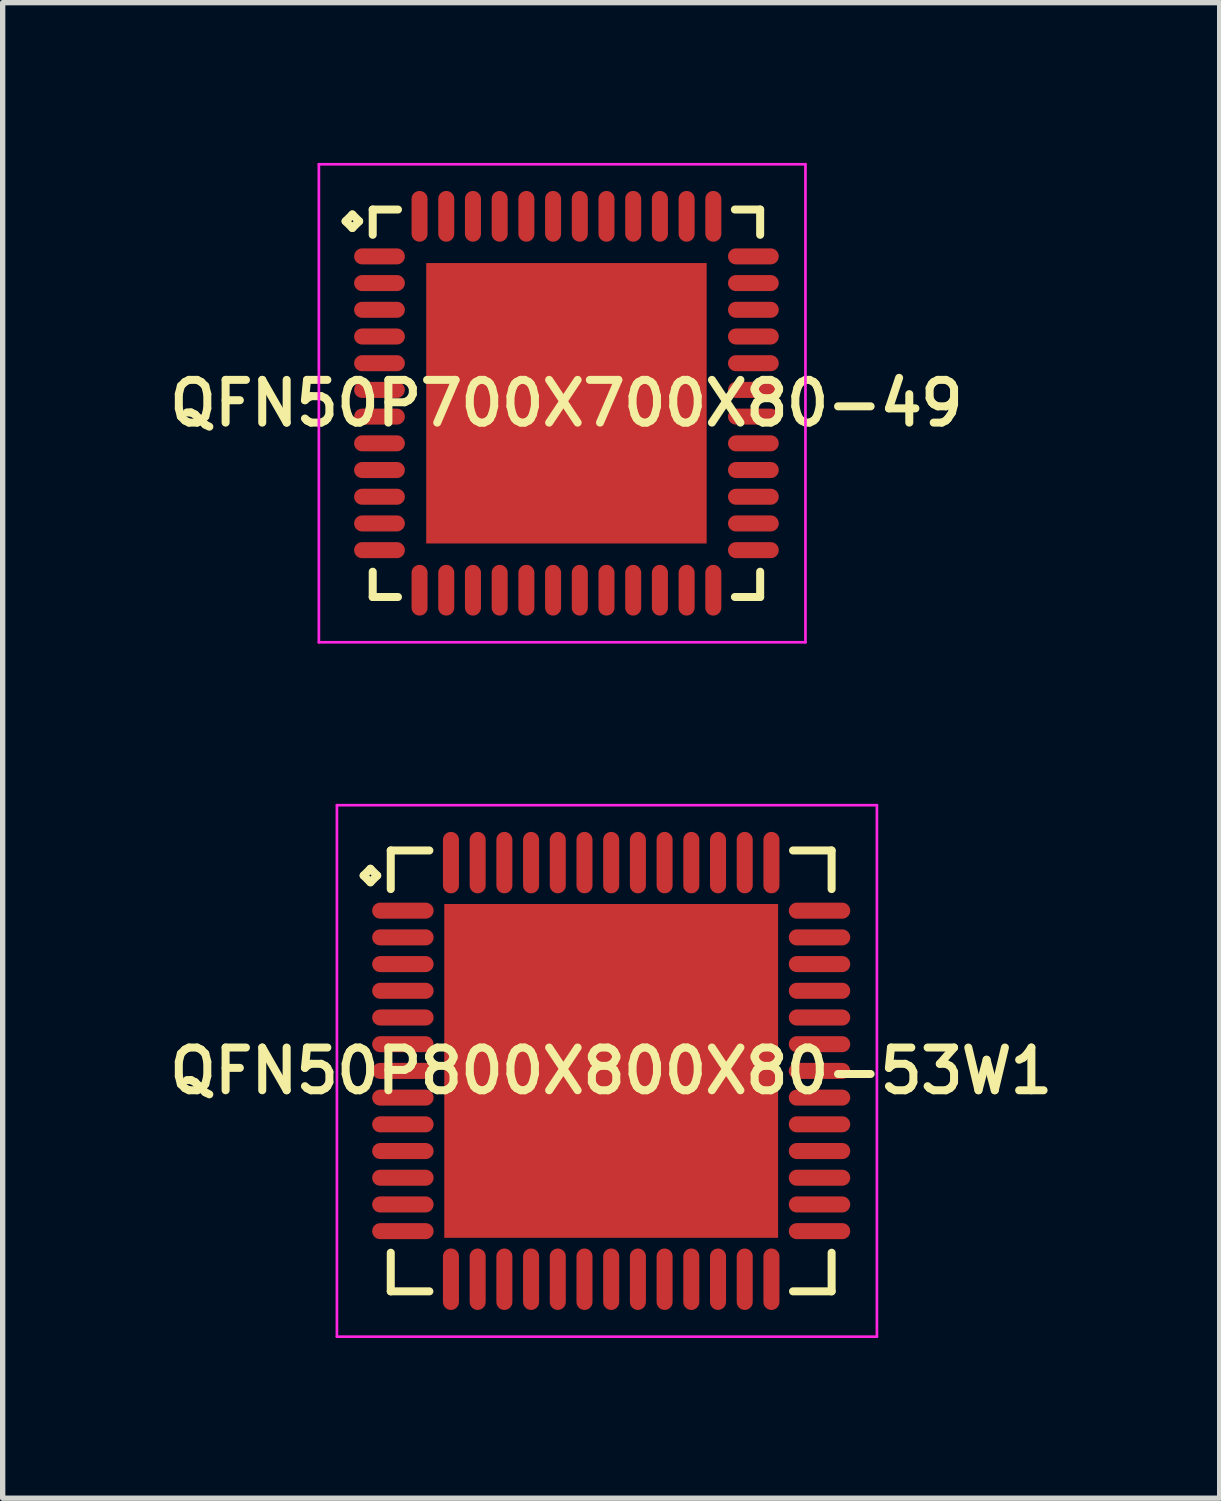
<source format=kicad_pcb>
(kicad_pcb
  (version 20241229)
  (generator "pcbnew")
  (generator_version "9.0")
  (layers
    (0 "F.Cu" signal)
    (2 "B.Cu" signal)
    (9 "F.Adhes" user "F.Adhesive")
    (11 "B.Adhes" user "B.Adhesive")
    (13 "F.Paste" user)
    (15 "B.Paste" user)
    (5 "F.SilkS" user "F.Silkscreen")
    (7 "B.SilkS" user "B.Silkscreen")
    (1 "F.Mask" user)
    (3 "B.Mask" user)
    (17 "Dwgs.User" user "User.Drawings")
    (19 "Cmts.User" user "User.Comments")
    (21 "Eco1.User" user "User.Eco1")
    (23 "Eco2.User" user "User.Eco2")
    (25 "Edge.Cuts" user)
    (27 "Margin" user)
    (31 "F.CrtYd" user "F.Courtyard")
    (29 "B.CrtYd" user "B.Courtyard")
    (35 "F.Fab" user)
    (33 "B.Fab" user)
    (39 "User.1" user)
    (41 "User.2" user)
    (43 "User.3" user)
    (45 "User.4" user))
  (footprint "QFN50P800X800X80-53W1"
    (layer "F.Cu")
    (at 8.393 17)
    (property "Reference" "QFN50P800X800X80-53W1" (at 0 0 0) (layer "F.SilkS") (effects (font (size 0.8 0.8) (thickness 0.15))))
    (attr smd)
    (fp_line (start -4.635 -3.658) (end -4.508 -3.785) (stroke (width 0.15) (type solid)) (layer "F.SilkS"))
    (fp_line (start -4.508 -3.785) (end -4.381 -3.658) (stroke (width 0.15) (type solid)) (layer "F.SilkS"))
    (fp_line (start -4.508 -3.531) (end -4.635 -3.658) (stroke (width 0.15) (type solid)) (layer "F.SilkS"))
    (fp_line (start -4.381 -3.658) (end -4.508 -3.531) (stroke (width 0.15) (type solid)) (layer "F.SilkS"))
    (fp_line (start -4.127 -4.127) (end -3.404 -4.127) (stroke (width 0.15) (type solid)) (layer "F.SilkS"))
    (fp_line (start -4.127 -3.404) (end -4.127 -4.127) (stroke (width 0.15) (type solid)) (layer "F.SilkS"))
    (fp_line (start -4.127 3.404) (end -4.127 4.127) (stroke (width 0.15) (type solid)) (layer "F.SilkS"))
    (fp_line (start -4.127 4.127) (end -3.404 4.127) (stroke (width 0.15) (type solid)) (layer "F.SilkS"))
    (fp_line (start 3.404 -4.127) (end 4.127 -4.127) (stroke (width 0.15) (type solid)) (layer "F.SilkS"))
    (fp_line (start 3.404 4.127) (end 4.127 4.127) (stroke (width 0.15) (type solid)) (layer "F.SilkS"))
    (fp_line (start 4.127 -4.127) (end 4.127 -3.404) (stroke (width 0.15) (type solid)) (layer "F.SilkS"))
    (fp_line (start 4.127 4.127) (end 4.127 3.404) (stroke (width 0.15) (type solid)) (layer "F.SilkS"))
    (fp_line (start -5.135 -4.975) (end 4.975 -4.975) (stroke (width 0.05) (type solid)) (layer "F.CrtYd"))
    (fp_line (start -5.135 4.975) (end -5.135 -4.975) (stroke (width 0.05) (type solid)) (layer "F.CrtYd"))
    (fp_line (start 4.975 -4.975) (end 4.975 4.975) (stroke (width 0.05) (type solid)) (layer "F.CrtYd"))
    (fp_line (start 4.975 4.975) (end -5.135 4.975) (stroke (width 0.05) (type solid)) (layer "F.CrtYd"))
    (pad "1" smd oval (at -3.9 -3) (size 1.15 0.3) (layers "F.Cu" "F.Mask" "F.Paste"))
    (pad "2" smd oval (at -3.9 -2.5) (size 1.15 0.3) (layers "F.Cu" "F.Mask" "F.Paste"))
    (pad "3" smd oval (at -3.9 -2) (size 1.15 0.3) (layers "F.Cu" "F.Mask" "F.Paste"))
    (pad "4" smd oval (at -3.9 -1.5) (size 1.15 0.3) (layers "F.Cu" "F.Mask" "F.Paste"))
    (pad "5" smd oval (at -3.9 -1) (size 1.15 0.3) (layers "F.Cu" "F.Mask" "F.Paste"))
    (pad "6" smd oval (at -3.9 -0.5) (size 1.15 0.3) (layers "F.Cu" "F.Mask" "F.Paste"))
    (pad "7" smd oval (at -3.9 0) (size 1.15 0.3) (layers "F.Cu" "F.Mask" "F.Paste"))
    (pad "8" smd oval (at -3.9 0.5) (size 1.15 0.3) (layers "F.Cu" "F.Mask" "F.Paste"))
    (pad "9" smd oval (at -3.9 1) (size 1.15 0.3) (layers "F.Cu" "F.Mask" "F.Paste"))
    (pad "10" smd oval (at -3.9 1.5) (size 1.15 0.3) (layers "F.Cu" "F.Mask" "F.Paste"))
    (pad "11" smd oval (at -3.9 2) (size 1.15 0.3) (layers "F.Cu" "F.Mask" "F.Paste"))
    (pad "12" smd oval (at -3.9 2.5) (size 1.15 0.3) (layers "F.Cu" "F.Mask" "F.Paste"))
    (pad "13" smd oval (at -3.9 3) (size 1.15 0.3) (layers "F.Cu" "F.Mask" "F.Paste"))
    (pad "14" smd oval (at -3 3.9) (size 0.3 1.15) (layers "F.Cu" "F.Mask" "F.Paste"))
    (pad "15" smd oval (at -2.5 3.9) (size 0.3 1.15) (layers "F.Cu" "F.Mask" "F.Paste"))
    (pad "16" smd oval (at -2 3.9) (size 0.3 1.15) (layers "F.Cu" "F.Mask" "F.Paste"))
    (pad "17" smd oval (at -1.5 3.9) (size 0.3 1.15) (layers "F.Cu" "F.Mask" "F.Paste"))
    (pad "18" smd oval (at -1 3.9) (size 0.3 1.15) (layers "F.Cu" "F.Mask" "F.Paste"))
    (pad "19" smd oval (at -0.5 3.9) (size 0.3 1.15) (layers "F.Cu" "F.Mask" "F.Paste"))
    (pad "20" smd oval (at 0 3.9) (size 0.3 1.15) (layers "F.Cu" "F.Mask" "F.Paste"))
    (pad "21" smd oval (at 0.5 3.9) (size 0.3 1.15) (layers "F.Cu" "F.Mask" "F.Paste"))
    (pad "22" smd oval (at 1 3.9) (size 0.3 1.15) (layers "F.Cu" "F.Mask" "F.Paste"))
    (pad "23" smd oval (at 1.5 3.9) (size 0.3 1.15) (layers "F.Cu" "F.Mask" "F.Paste"))
    (pad "24" smd oval (at 2 3.9) (size 0.3 1.15) (layers "F.Cu" "F.Mask" "F.Paste"))
    (pad "25" smd oval (at 2.5 3.9) (size 0.3 1.15) (layers "F.Cu" "F.Mask" "F.Paste"))
    (pad "26" smd oval (at 3 3.9) (size 0.3 1.15) (layers "F.Cu" "F.Mask" "F.Paste"))
    (pad "27" smd oval (at 3.9 3) (size 1.15 0.3) (layers "F.Cu" "F.Mask" "F.Paste"))
    (pad "28" smd oval (at 3.9 2.5) (size 1.15 0.3) (layers "F.Cu" "F.Mask" "F.Paste"))
    (pad "29" smd oval (at 3.9 2) (size 1.15 0.3) (layers "F.Cu" "F.Mask" "F.Paste"))
    (pad "30" smd oval (at 3.9 1.5) (size 1.15 0.3) (layers "F.Cu" "F.Mask" "F.Paste"))
    (pad "31" smd oval (at 3.9 1) (size 1.15 0.3) (layers "F.Cu" "F.Mask" "F.Paste"))
    (pad "32" smd oval (at 3.9 0.5) (size 1.15 0.3) (layers "F.Cu" "F.Mask" "F.Paste"))
    (pad "33" smd oval (at 3.9 0) (size 1.15 0.3) (layers "F.Cu" "F.Mask" "F.Paste"))
    (pad "34" smd oval (at 3.9 -0.5) (size 1.15 0.3) (layers "F.Cu" "F.Mask" "F.Paste"))
    (pad "35" smd oval (at 3.9 -1) (size 1.15 0.3) (layers "F.Cu" "F.Mask" "F.Paste"))
    (pad "36" smd oval (at 3.9 -1.5) (size 1.15 0.3) (layers "F.Cu" "F.Mask" "F.Paste"))
    (pad "37" smd oval (at 3.9 -2) (size 1.15 0.3) (layers "F.Cu" "F.Mask" "F.Paste"))
    (pad "38" smd oval (at 3.9 -2.5) (size 1.15 0.3) (layers "F.Cu" "F.Mask" "F.Paste"))
    (pad "39" smd oval (at 3.9 -3) (size 1.15 0.3) (layers "F.Cu" "F.Mask" "F.Paste"))
    (pad "40" smd oval (at 3 -3.9) (size 0.3 1.15) (layers "F.Cu" "F.Mask" "F.Paste"))
    (pad "41" smd oval (at 2.5 -3.9) (size 0.3 1.15) (layers "F.Cu" "F.Mask" "F.Paste"))
    (pad "42" smd oval (at 2 -3.9) (size 0.3 1.15) (layers "F.Cu" "F.Mask" "F.Paste"))
    (pad "43" smd oval (at 1.5 -3.9) (size 0.3 1.15) (layers "F.Cu" "F.Mask" "F.Paste"))
    (pad "44" smd oval (at 1 -3.9) (size 0.3 1.15) (layers "F.Cu" "F.Mask" "F.Paste"))
    (pad "45" smd oval (at 0.5 -3.9) (size 0.3 1.15) (layers "F.Cu" "F.Mask" "F.Paste"))
    (pad "46" smd oval (at 0 -3.9) (size 0.3 1.15) (layers "F.Cu" "F.Mask" "F.Paste"))
    (pad "47" smd oval (at -0.5 -3.9) (size 0.3 1.15) (layers "F.Cu" "F.Mask" "F.Paste"))
    (pad "48" smd oval (at -1 -3.9) (size 0.3 1.15) (layers "F.Cu" "F.Mask" "F.Paste"))
    (pad "49" smd oval (at -1.5 -3.9) (size 0.3 1.15) (layers "F.Cu" "F.Mask" "F.Paste"))
    (pad "50" smd oval (at -2 -3.9) (size 0.3 1.15) (layers "F.Cu" "F.Mask" "F.Paste"))
    (pad "51" smd oval (at -2.5 -3.9) (size 0.3 1.15) (layers "F.Cu" "F.Mask" "F.Paste"))
    (pad "52" smd oval (at -3 -3.9) (size 0.3 1.15) (layers "F.Cu" "F.Mask" "F.Paste"))
    (pad "53" smd rect (at 0 0) (size 6.25 6.25) (layers "F.Cu" "F.Mask" "F.Paste")))
  (footprint "QFN50P700X700X80-49"
    (layer "F.Cu")
    (at 7.555 4.5)
    (property "Reference" "QFN50P700X700X80-49" (at 0 0 0) (layer "F.SilkS") (effects (font (size 0.8 0.8) (thickness 0.15))))
    (attr smd)
    (fp_line (start -4.135 -3.408) (end -4.008 -3.535) (stroke (width 0.15) (type solid)) (layer "F.SilkS"))
    (fp_line (start -4.008 -3.535) (end -3.881 -3.408) (stroke (width 0.15) (type solid)) (layer "F.SilkS"))
    (fp_line (start -4.008 -3.281) (end -4.135 -3.408) (stroke (width 0.15) (type solid)) (layer "F.SilkS"))
    (fp_line (start -3.881 -3.408) (end -4.008 -3.281) (stroke (width 0.15) (type solid)) (layer "F.SilkS"))
    (fp_line (start -3.627 -3.627) (end -3.154 -3.627) (stroke (width 0.15) (type solid)) (layer "F.SilkS"))
    (fp_line (start -3.627 -3.154) (end -3.627 -3.627) (stroke (width 0.15) (type solid)) (layer "F.SilkS"))
    (fp_line (start -3.627 3.154) (end -3.627 3.627) (stroke (width 0.15) (type solid)) (layer "F.SilkS"))
    (fp_line (start -3.627 3.627) (end -3.154 3.627) (stroke (width 0.15) (type solid)) (layer "F.SilkS"))
    (fp_line (start 3.154 -3.627) (end 3.627 -3.627) (stroke (width 0.15) (type solid)) (layer "F.SilkS"))
    (fp_line (start 3.154 3.627) (end 3.627 3.627) (stroke (width 0.15) (type solid)) (layer "F.SilkS"))
    (fp_line (start 3.627 -3.627) (end 3.627 -3.154) (stroke (width 0.15) (type solid)) (layer "F.SilkS"))
    (fp_line (start 3.627 3.627) (end 3.627 3.154) (stroke (width 0.15) (type solid)) (layer "F.SilkS"))
    (fp_line (start -4.635 -4.475) (end 4.475 -4.475) (stroke (width 0.05) (type solid)) (layer "F.CrtYd"))
    (fp_line (start -4.635 4.475) (end -4.635 -4.475) (stroke (width 0.05) (type solid)) (layer "F.CrtYd"))
    (fp_line (start 4.475 -4.475) (end 4.475 4.475) (stroke (width 0.05) (type solid)) (layer "F.CrtYd"))
    (fp_line (start 4.475 4.475) (end -4.635 4.475) (stroke (width 0.05) (type solid)) (layer "F.CrtYd"))
    (pad "1" smd oval (at -3.5 -2.75) (size 0.95 0.3) (layers "F.Cu" "F.Mask" "F.Paste"))
    (pad "2" smd oval (at -3.5 -2.25) (size 0.95 0.3) (layers "F.Cu" "F.Mask" "F.Paste"))
    (pad "3" smd oval (at -3.5 -1.75) (size 0.95 0.3) (layers "F.Cu" "F.Mask" "F.Paste"))
    (pad "4" smd oval (at -3.5 -1.25) (size 0.95 0.3) (layers "F.Cu" "F.Mask" "F.Paste"))
    (pad "5" smd oval (at -3.5 -0.75) (size 0.95 0.3) (layers "F.Cu" "F.Mask" "F.Paste"))
    (pad "6" smd oval (at -3.5 -0.25) (size 0.95 0.3) (layers "F.Cu" "F.Mask" "F.Paste"))
    (pad "7" smd oval (at -3.5 0.25) (size 0.95 0.3) (layers "F.Cu" "F.Mask" "F.Paste"))
    (pad "8" smd oval (at -3.5 0.75) (size 0.95 0.3) (layers "F.Cu" "F.Mask" "F.Paste"))
    (pad "9" smd oval (at -3.5 1.25) (size 0.95 0.3) (layers "F.Cu" "F.Mask" "F.Paste"))
    (pad "10" smd oval (at -3.5 1.75) (size 0.95 0.3) (layers "F.Cu" "F.Mask" "F.Paste"))
    (pad "11" smd oval (at -3.5 2.25) (size 0.95 0.3) (layers "F.Cu" "F.Mask" "F.Paste"))
    (pad "12" smd oval (at -3.5 2.75) (size 0.95 0.3) (layers "F.Cu" "F.Mask" "F.Paste"))
    (pad "13" smd oval (at -2.75 3.5) (size 0.3 0.95) (layers "F.Cu" "F.Mask" "F.Paste"))
    (pad "14" smd oval (at -2.25 3.5) (size 0.3 0.95) (layers "F.Cu" "F.Mask" "F.Paste"))
    (pad "15" smd oval (at -1.75 3.5) (size 0.3 0.95) (layers "F.Cu" "F.Mask" "F.Paste"))
    (pad "16" smd oval (at -1.25 3.5) (size 0.3 0.95) (layers "F.Cu" "F.Mask" "F.Paste"))
    (pad "17" smd oval (at -0.75 3.5) (size 0.3 0.95) (layers "F.Cu" "F.Mask" "F.Paste"))
    (pad "18" smd oval (at -0.25 3.5) (size 0.3 0.95) (layers "F.Cu" "F.Mask" "F.Paste"))
    (pad "19" smd oval (at 0.25 3.5) (size 0.3 0.95) (layers "F.Cu" "F.Mask" "F.Paste"))
    (pad "20" smd oval (at 0.75 3.5) (size 0.3 0.95) (layers "F.Cu" "F.Mask" "F.Paste"))
    (pad "21" smd oval (at 1.25 3.5) (size 0.3 0.95) (layers "F.Cu" "F.Mask" "F.Paste"))
    (pad "22" smd oval (at 1.75 3.5) (size 0.3 0.95) (layers "F.Cu" "F.Mask" "F.Paste"))
    (pad "23" smd oval (at 2.25 3.5) (size 0.3 0.95) (layers "F.Cu" "F.Mask" "F.Paste"))
    (pad "24" smd oval (at 2.75 3.5) (size 0.3 0.95) (layers "F.Cu" "F.Mask" "F.Paste"))
    (pad "25" smd oval (at 3.5 2.75) (size 0.95 0.3) (layers "F.Cu" "F.Mask" "F.Paste"))
    (pad "26" smd oval (at 3.5 2.25) (size 0.95 0.3) (layers "F.Cu" "F.Mask" "F.Paste"))
    (pad "27" smd oval (at 3.5 1.75) (size 0.95 0.3) (layers "F.Cu" "F.Mask" "F.Paste"))
    (pad "28" smd oval (at 3.5 1.25) (size 0.95 0.3) (layers "F.Cu" "F.Mask" "F.Paste"))
    (pad "29" smd oval (at 3.5 0.75) (size 0.95 0.3) (layers "F.Cu" "F.Mask" "F.Paste"))
    (pad "30" smd oval (at 3.5 0.25) (size 0.95 0.3) (layers "F.Cu" "F.Mask" "F.Paste"))
    (pad "31" smd oval (at 3.5 -0.25) (size 0.95 0.3) (layers "F.Cu" "F.Mask" "F.Paste"))
    (pad "32" smd oval (at 3.5 -0.75) (size 0.95 0.3) (layers "F.Cu" "F.Mask" "F.Paste"))
    (pad "33" smd oval (at 3.5 -1.25) (size 0.95 0.3) (layers "F.Cu" "F.Mask" "F.Paste"))
    (pad "34" smd oval (at 3.5 -1.75) (size 0.95 0.3) (layers "F.Cu" "F.Mask" "F.Paste"))
    (pad "35" smd oval (at 3.5 -2.25) (size 0.95 0.3) (layers "F.Cu" "F.Mask" "F.Paste"))
    (pad "36" smd oval (at 3.5 -2.75) (size 0.95 0.3) (layers "F.Cu" "F.Mask" "F.Paste"))
    (pad "37" smd oval (at 2.75 -3.5) (size 0.3 0.95) (layers "F.Cu" "F.Mask" "F.Paste"))
    (pad "38" smd oval (at 2.25 -3.5) (size 0.3 0.95) (layers "F.Cu" "F.Mask" "F.Paste"))
    (pad "39" smd oval (at 1.75 -3.5) (size 0.3 0.95) (layers "F.Cu" "F.Mask" "F.Paste"))
    (pad "40" smd oval (at 1.25 -3.5) (size 0.3 0.95) (layers "F.Cu" "F.Mask" "F.Paste"))
    (pad "41" smd oval (at 0.75 -3.5) (size 0.3 0.95) (layers "F.Cu" "F.Mask" "F.Paste"))
    (pad "42" smd oval (at 0.25 -3.5) (size 0.3 0.95) (layers "F.Cu" "F.Mask" "F.Paste"))
    (pad "43" smd oval (at -0.25 -3.5) (size 0.3 0.95) (layers "F.Cu" "F.Mask" "F.Paste"))
    (pad "44" smd oval (at -0.75 -3.5) (size 0.3 0.95) (layers "F.Cu" "F.Mask" "F.Paste"))
    (pad "45" smd oval (at -1.25 -3.5) (size 0.3 0.95) (layers "F.Cu" "F.Mask" "F.Paste"))
    (pad "46" smd oval (at -1.75 -3.5) (size 0.3 0.95) (layers "F.Cu" "F.Mask" "F.Paste"))
    (pad "47" smd oval (at -2.25 -3.5) (size 0.3 0.95) (layers "F.Cu" "F.Mask" "F.Paste"))
    (pad "48" smd oval (at -2.75 -3.5) (size 0.3 0.95) (layers "F.Cu" "F.Mask" "F.Paste"))
    (pad "49" smd rect (at 0 0) (size 5.25 5.25) (layers "F.Cu" "F.Mask" "F.Paste")))
  (gr_rect
    (start -3 -3)
    (end 19.785 25)
    (stroke (width 0.1) (type default))
    (fill no)
    (layer "Edge.Cuts")))
</source>
